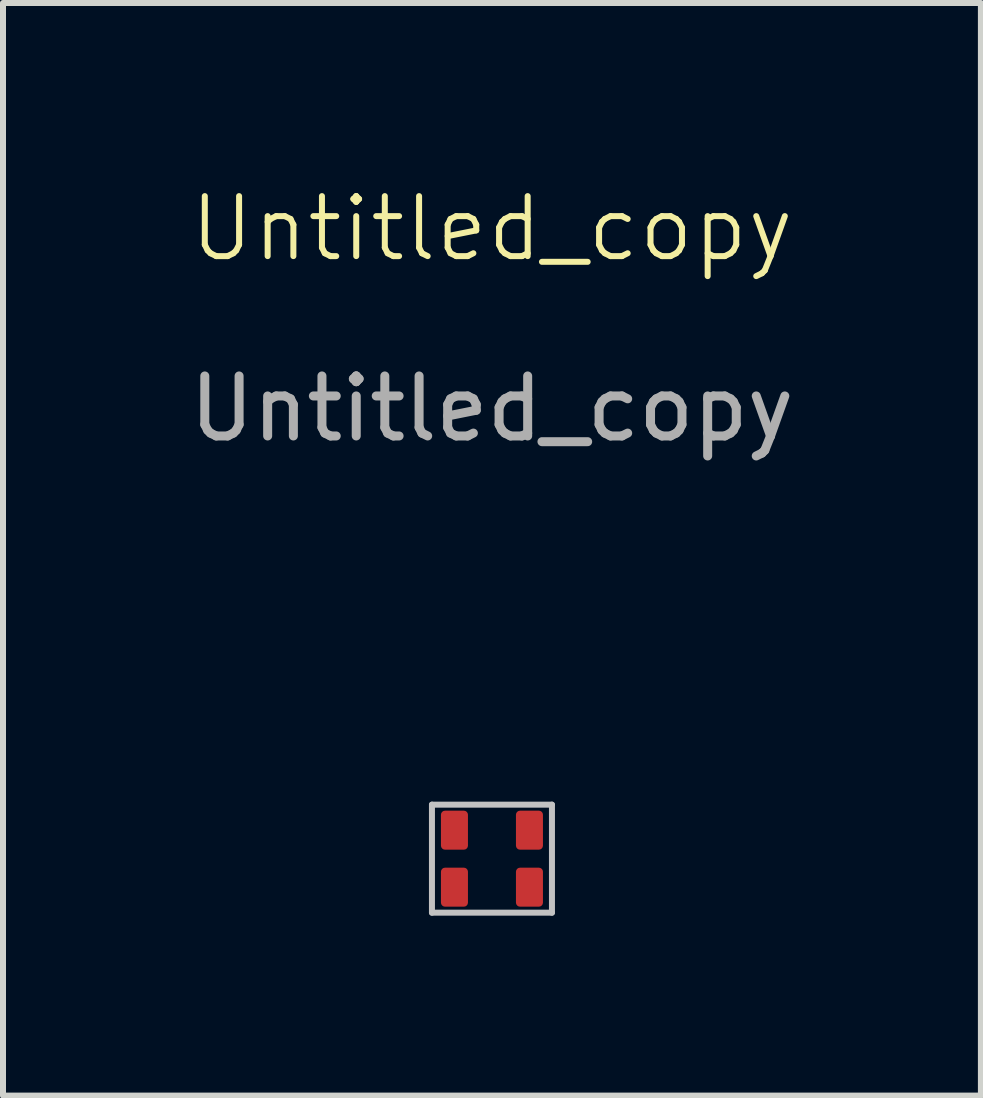
<source format=kicad_pcb>
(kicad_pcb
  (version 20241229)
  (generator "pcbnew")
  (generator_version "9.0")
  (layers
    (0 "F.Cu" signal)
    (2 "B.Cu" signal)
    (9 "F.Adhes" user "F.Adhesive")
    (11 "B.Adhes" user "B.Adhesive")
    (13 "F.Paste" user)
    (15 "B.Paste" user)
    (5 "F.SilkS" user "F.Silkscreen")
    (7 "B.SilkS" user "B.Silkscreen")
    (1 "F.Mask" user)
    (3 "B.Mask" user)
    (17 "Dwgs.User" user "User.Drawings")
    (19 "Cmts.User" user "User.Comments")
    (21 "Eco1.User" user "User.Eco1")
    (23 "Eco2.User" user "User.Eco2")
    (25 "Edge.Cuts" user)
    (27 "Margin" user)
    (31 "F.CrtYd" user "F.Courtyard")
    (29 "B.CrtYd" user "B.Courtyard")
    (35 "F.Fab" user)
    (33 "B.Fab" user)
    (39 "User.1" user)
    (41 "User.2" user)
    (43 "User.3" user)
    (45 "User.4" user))
  (footprint "Untitled_copy"
    (layer "F.Cu")
    (at 5.149 11.261)
    (property "Reference" "Untitled_copy" (at 0 -10.5 0) (unlocked yes) (layer "F.SilkS") (effects (font (size 1 1) (thickness 0.1))))
    (attr smd)
    (fp_line (start -1 -0.9) (end 1 -0.9) (stroke (width 0.1) (type default)) (layer "Dwgs.User"))
    (fp_line (start -1 0.9) (end -1 -0.9) (stroke (width 0.1) (type default)) (layer "Dwgs.User"))
    (fp_line (start 1 -0.9) (end 1 0.9) (stroke (width 0.1) (type default)) (layer "Dwgs.User"))
    (fp_line (start 1 0.9) (end -1 0.9) (stroke (width 0.1) (type default)) (layer "Dwgs.User"))
    (fp_text user "${REFERENCE}" (at 0 -7.5 0) (unlocked yes) (layer "F.Fab") (effects (font (size 1 1) (thickness 0.15))))
    (pad "1" smd roundrect (at -0.625 -0.475) (size 0.45 0.65) (layers "F.Cu" "F.Mask" "F.Paste") (roundrect_rratio 0.15))
    (pad "2" smd roundrect (at -0.625 0.475) (size 0.45 0.65) (layers "F.Cu" "F.Mask" "F.Paste") (roundrect_rratio 0.15))
    (pad "3" smd roundrect (at 0.625 0.475) (size 0.45 0.65) (layers "F.Cu" "F.Mask" "F.Paste") (roundrect_rratio 0.15))
    (pad "4" smd roundrect (at 0.625 -0.475) (size 0.45 0.65) (layers "F.Cu" "F.Mask" "F.Paste") (roundrect_rratio 0.15)))
  (gr_rect
    (start -3 -3)
    (end 13.298 15.21)
    (stroke (width 0.1) (type default))
    (fill no)
    (layer "Edge.Cuts")))
</source>
